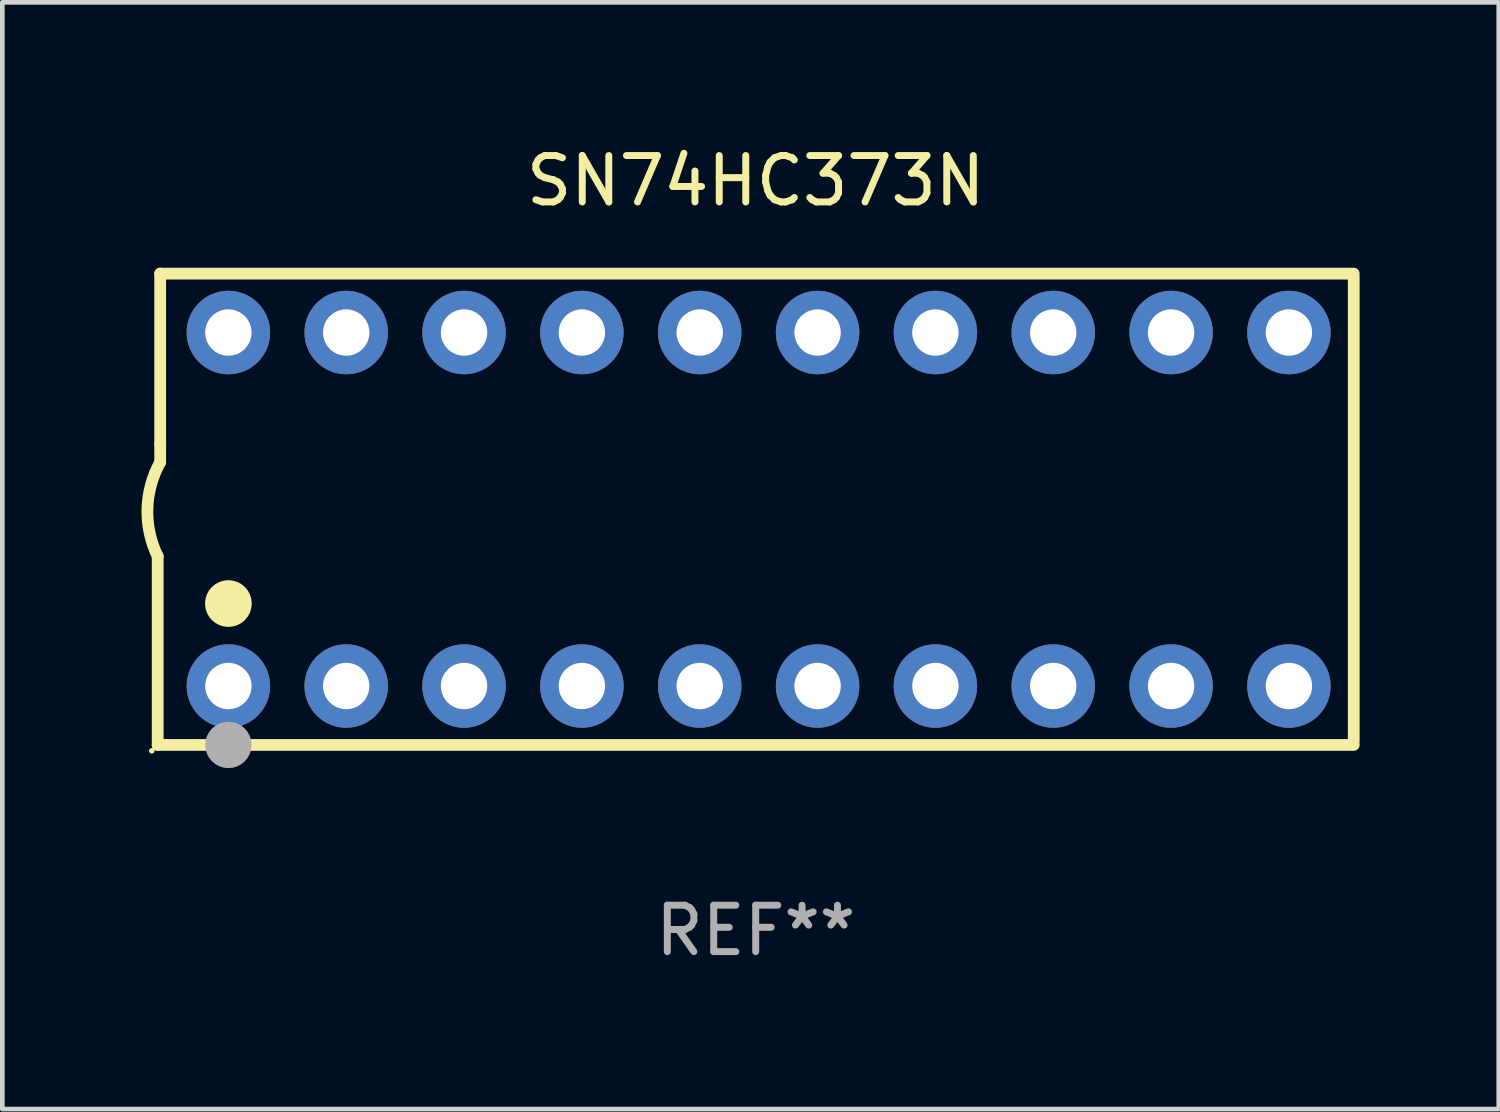
<source format=kicad_pcb>
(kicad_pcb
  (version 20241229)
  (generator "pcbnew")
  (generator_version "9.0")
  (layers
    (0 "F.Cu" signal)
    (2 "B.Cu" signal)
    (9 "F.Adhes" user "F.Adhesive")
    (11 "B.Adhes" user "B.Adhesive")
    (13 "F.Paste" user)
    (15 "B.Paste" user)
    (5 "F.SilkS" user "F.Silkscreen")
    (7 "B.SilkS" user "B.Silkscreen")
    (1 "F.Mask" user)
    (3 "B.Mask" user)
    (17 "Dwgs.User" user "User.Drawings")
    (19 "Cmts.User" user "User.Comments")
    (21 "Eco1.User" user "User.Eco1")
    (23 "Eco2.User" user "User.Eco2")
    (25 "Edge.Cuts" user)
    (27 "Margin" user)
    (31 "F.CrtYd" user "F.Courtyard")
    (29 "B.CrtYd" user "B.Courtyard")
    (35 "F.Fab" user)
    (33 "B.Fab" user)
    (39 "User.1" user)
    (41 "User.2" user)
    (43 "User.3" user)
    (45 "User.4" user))
  (footprint "SN74HC373N"
    (layer "F.Cu")
    (at 13.24 7.928)
    (property "Reference" "SN74HC373N" (at 0 -7.08 0) (layer "F.SilkS") (effects (font (size 1 1) (thickness 0.15))))
    (attr through_hole)
    (fp_line (start -12.891 5.08) (end -12.891 1.016) (stroke (width 0.254) (type solid)) (layer "F.SilkS"))
    (fp_line (start -12.891 5.08) (end 12.891 5.08) (stroke (width 0.254) (type solid)) (layer "F.SilkS"))
    (fp_line (start -12.837 -5.08) (end -12.837 -1.397) (stroke (width 0.254) (type solid)) (layer "F.SilkS"))
    (fp_line (start -12.837 -5.08) (end 12.891 -5.08) (stroke (width 0.254) (type solid)) (layer "F.SilkS"))
    (fp_line (start -12.837 -1.397) (end -12.837 -1.016) (stroke (width 0.254) (type solid)) (layer "F.SilkS"))
    (fp_line (start 12.891 -5) (end 12.891 5) (stroke (width 0.254) (type solid)) (layer "F.SilkS"))
    (fp_arc (start -12.890526 1.016002) (mid -13.111945 -0.006602) (end -12.836525 -1.016002) (stroke (width 0.254001) (type solid)) (layer "F.SilkS"))
    (fp_circle (center -13.018 5.207) (end -12.988 5.207) (stroke (width 0.06) (type solid)) (fill no) (layer "F.SilkS"))
    (fp_circle (center -11.367 2.032) (end -11.113 2.032) (stroke (width 0.5) (type solid)) (fill no) (layer "F.SilkS"))
    (fp_circle (center -11.367 5.08) (end -11.117 5.08) (stroke (width 0.5) (type solid)) (fill no) (layer "F.Fab"))
    (fp_text user "REF**" (at 0 9.08 0) (layer "F.Fab") (effects (font (size 1 1) (thickness 0.15))))
    (pad "1" thru_hole circle (at -11.367 3.81) (size 1.8 1.8) (drill 1) (layers "*.Cu" "*.Mask"))
    (pad "2" thru_hole circle (at -8.827 3.81) (size 1.8 1.8) (drill 1) (layers "*.Cu" "*.Mask"))
    (pad "3" thru_hole circle (at -6.287 3.81) (size 1.8 1.8) (drill 1) (layers "*.Cu" "*.Mask"))
    (pad "4" thru_hole circle (at -3.747 3.81) (size 1.8 1.8) (drill 1) (layers "*.Cu" "*.Mask"))
    (pad "5" thru_hole circle (at -1.207 3.81) (size 1.8 1.8) (drill 1) (layers "*.Cu" "*.Mask"))
    (pad "6" thru_hole circle (at 1.334 3.81) (size 1.8 1.8) (drill 1) (layers "*.Cu" "*.Mask"))
    (pad "7" thru_hole circle (at 3.874 3.81) (size 1.8 1.8) (drill 1) (layers "*.Cu" "*.Mask"))
    (pad "8" thru_hole circle (at 6.414 3.81) (size 1.8 1.8) (drill 1) (layers "*.Cu" "*.Mask"))
    (pad "9" thru_hole circle (at 8.954 3.81) (size 1.8 1.8) (drill 1) (layers "*.Cu" "*.Mask"))
    (pad "10" thru_hole circle (at 11.494 3.81) (size 1.8 1.8) (drill 1) (layers "*.Cu" "*.Mask"))
    (pad "11" thru_hole circle (at 11.494 -3.81) (size 1.8 1.8) (drill 1) (layers "*.Cu" "*.Mask"))
    (pad "12" thru_hole circle (at 8.954 -3.81) (size 1.8 1.8) (drill 1) (layers "*.Cu" "*.Mask"))
    (pad "13" thru_hole circle (at 6.414 -3.81) (size 1.8 1.8) (drill 1) (layers "*.Cu" "*.Mask"))
    (pad "14" thru_hole circle (at 3.874 -3.81) (size 1.8 1.8) (drill 1) (layers "*.Cu" "*.Mask"))
    (pad "15" thru_hole circle (at 1.334 -3.81) (size 1.8 1.8) (drill 1) (layers "*.Cu" "*.Mask"))
    (pad "16" thru_hole circle (at -1.207 -3.81) (size 1.8 1.8) (drill 1) (layers "*.Cu" "*.Mask"))
    (pad "17" thru_hole circle (at -3.747 -3.81) (size 1.8 1.8) (drill 1) (layers "*.Cu" "*.Mask"))
    (pad "18" thru_hole circle (at -6.287 -3.81) (size 1.8 1.8) (drill 1) (layers "*.Cu" "*.Mask"))
    (pad "19" thru_hole circle (at -8.827 -3.81) (size 1.8 1.8) (drill 1) (layers "*.Cu" "*.Mask"))
    (pad "20" thru_hole circle (at -11.367 -3.81) (size 1.8 1.8) (drill 1) (layers "*.Cu" "*.Mask")))
  (gr_rect
    (start -3 -3)
    (end 29.257 20.857)
    (stroke (width 0.1) (type default))
    (fill no)
    (layer "Edge.Cuts")))
</source>
